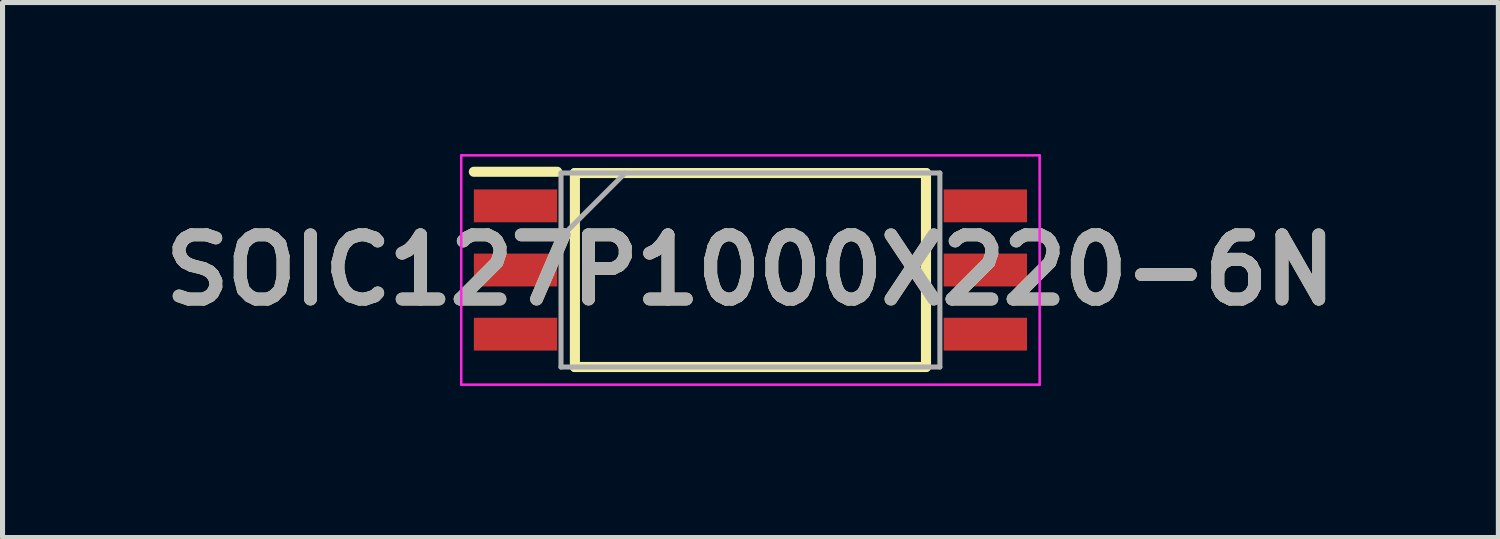
<source format=kicad_pcb>
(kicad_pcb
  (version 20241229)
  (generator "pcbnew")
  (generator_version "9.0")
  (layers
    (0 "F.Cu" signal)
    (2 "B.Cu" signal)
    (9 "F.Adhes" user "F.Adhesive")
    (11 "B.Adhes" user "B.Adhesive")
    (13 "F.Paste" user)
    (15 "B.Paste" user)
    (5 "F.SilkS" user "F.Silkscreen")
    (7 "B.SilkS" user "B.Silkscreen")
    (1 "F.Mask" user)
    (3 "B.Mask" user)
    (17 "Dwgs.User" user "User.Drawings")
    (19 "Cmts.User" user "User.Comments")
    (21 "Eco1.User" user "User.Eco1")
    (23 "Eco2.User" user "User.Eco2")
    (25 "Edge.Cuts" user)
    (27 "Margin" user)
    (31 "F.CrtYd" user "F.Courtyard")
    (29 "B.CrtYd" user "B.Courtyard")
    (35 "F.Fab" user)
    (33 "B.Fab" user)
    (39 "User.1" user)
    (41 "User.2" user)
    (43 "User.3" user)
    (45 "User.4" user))
  (footprint "SOIC127P1000X220-6N"
    (layer "F.Cu")
    (at 11.805 2.295)
    (property "Reference" "SOIC127P1000X220-6N" (at 0 0 0) (layer "F.SilkS") (effects (font (size 1.27 1.27) (thickness 0.254))))
    (attr smd)
    (fp_line (start -5.475 -1.945) (end -3.825 -1.945) (stroke (width 0.2) (type solid)) (layer "F.SilkS"))
    (fp_line (start -3.475 -1.92) (end 3.475 -1.92) (stroke (width 0.2) (type solid)) (layer "F.SilkS"))
    (fp_line (start -3.475 1.92) (end -3.475 -1.92) (stroke (width 0.2) (type solid)) (layer "F.SilkS"))
    (fp_line (start 3.475 -1.92) (end 3.475 1.92) (stroke (width 0.2) (type solid)) (layer "F.SilkS"))
    (fp_line (start 3.475 1.92) (end -3.475 1.92) (stroke (width 0.2) (type solid)) (layer "F.SilkS"))
    (fp_line (start -5.725 -2.27) (end 5.725 -2.27) (stroke (width 0.05) (type solid)) (layer "F.CrtYd"))
    (fp_line (start -5.725 2.27) (end -5.725 -2.27) (stroke (width 0.05) (type solid)) (layer "F.CrtYd"))
    (fp_line (start 5.725 -2.27) (end 5.725 2.27) (stroke (width 0.05) (type solid)) (layer "F.CrtYd"))
    (fp_line (start 5.725 2.27) (end -5.725 2.27) (stroke (width 0.05) (type solid)) (layer "F.CrtYd"))
    (fp_line (start -3.75 -1.92) (end 3.75 -1.92) (stroke (width 0.1) (type solid)) (layer "F.Fab"))
    (fp_line (start -3.75 -0.65) (end -2.48 -1.92) (stroke (width 0.1) (type solid)) (layer "F.Fab"))
    (fp_line (start -3.75 1.92) (end -3.75 -1.92) (stroke (width 0.1) (type solid)) (layer "F.Fab"))
    (fp_line (start 3.75 -1.92) (end 3.75 1.92) (stroke (width 0.1) (type solid)) (layer "F.Fab"))
    (fp_line (start 3.75 1.92) (end -3.75 1.92) (stroke (width 0.1) (type solid)) (layer "F.Fab"))
    (fp_text user "${REFERENCE}" (at 0 0 0) (layer "F.Fab") (effects (font (size 1.27 1.27) (thickness 0.254))))
    (pad "1" smd rect (at -4.65 -1.27 90) (size 0.65 1.65) (layers "F.Cu" "F.Mask" "F.Paste"))
    (pad "2" smd rect (at -4.65 0 90) (size 0.65 1.65) (layers "F.Cu" "F.Mask" "F.Paste"))
    (pad "3" smd rect (at -4.65 1.27 90) (size 0.65 1.65) (layers "F.Cu" "F.Mask" "F.Paste"))
    (pad "4" smd rect (at 4.65 1.27 90) (size 0.65 1.65) (layers "F.Cu" "F.Mask" "F.Paste"))
    (pad "5" smd rect (at 4.65 0 90) (size 0.65 1.65) (layers "F.Cu" "F.Mask" "F.Paste"))
    (pad "6" smd rect (at 4.65 -1.27 90) (size 0.65 1.65) (layers "F.Cu" "F.Mask" "F.Paste")))
  (gr_rect
    (start -3 -3)
    (end 26.61 7.59)
    (stroke (width 0.1) (type default))
    (fill no)
    (layer "Edge.Cuts")))
</source>
